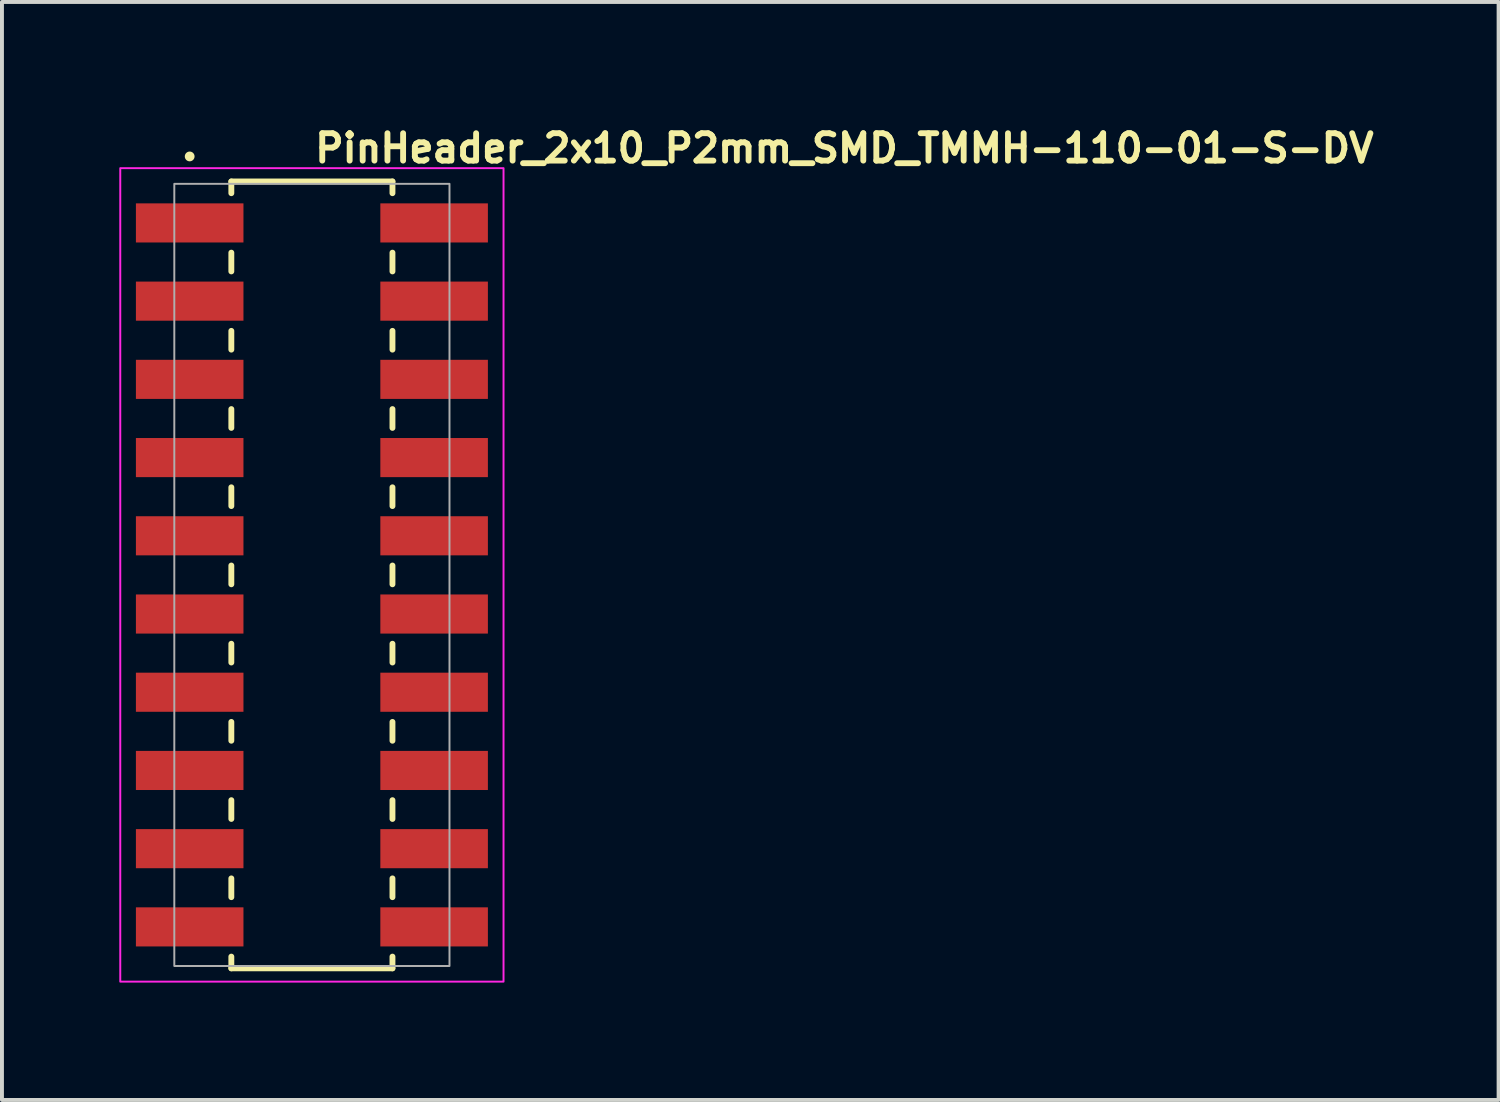
<source format=kicad_pcb>
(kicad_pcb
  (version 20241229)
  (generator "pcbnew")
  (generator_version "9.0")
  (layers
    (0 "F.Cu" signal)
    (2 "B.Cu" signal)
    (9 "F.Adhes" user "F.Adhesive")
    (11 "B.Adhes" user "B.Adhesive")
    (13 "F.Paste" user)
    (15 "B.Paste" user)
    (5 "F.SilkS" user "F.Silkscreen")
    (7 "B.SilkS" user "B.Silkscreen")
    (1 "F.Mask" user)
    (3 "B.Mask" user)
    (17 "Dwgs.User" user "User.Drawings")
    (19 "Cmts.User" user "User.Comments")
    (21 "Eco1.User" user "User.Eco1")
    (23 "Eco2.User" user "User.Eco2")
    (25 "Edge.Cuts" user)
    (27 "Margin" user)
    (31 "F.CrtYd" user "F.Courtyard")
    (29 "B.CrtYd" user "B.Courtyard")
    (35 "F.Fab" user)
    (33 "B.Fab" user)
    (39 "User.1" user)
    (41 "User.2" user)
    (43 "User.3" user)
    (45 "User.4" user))
  (footprint "PinHeader_2x10_P2mm_SMD_TMMH-110-01-S-DV"
    (layer "F.Cu")
    (at 4.925 11.65)
    (property "Reference" "PinHeader_2x10_P2mm_SMD_TMMH-110-01-S-DV" (at 0 -10.5 0) (layer "F.SilkS") (effects (font (size 0.7 0.7) (thickness 0.15)) (justify left bottom)))
    (attr smd)
    (fp_line (start -2.06 -10.06) (end -2.06 -9.76) (stroke (width 0.15) (type solid)) (layer "F.SilkS"))
    (fp_line (start -2.06 -8.24) (end -2.06 -7.76) (stroke (width 0.15) (type solid)) (layer "F.SilkS"))
    (fp_line (start -2.06 -6.24) (end -2.06 -5.76) (stroke (width 0.15) (type solid)) (layer "F.SilkS"))
    (fp_line (start -2.06 -4.24) (end -2.06 -3.759) (stroke (width 0.15) (type solid)) (layer "F.SilkS"))
    (fp_line (start -2.06 -2.24) (end -2.06 -1.76) (stroke (width 0.15) (type solid)) (layer "F.SilkS"))
    (fp_line (start -2.06 -0.24) (end -2.06 0.24) (stroke (width 0.15) (type solid)) (layer "F.SilkS"))
    (fp_line (start -2.06 1.76) (end -2.06 2.24) (stroke (width 0.15) (type solid)) (layer "F.SilkS"))
    (fp_line (start -2.06 3.759) (end -2.06 4.24) (stroke (width 0.15) (type solid)) (layer "F.SilkS"))
    (fp_line (start -2.06 5.76) (end -2.06 6.24) (stroke (width 0.15) (type solid)) (layer "F.SilkS"))
    (fp_line (start -2.06 7.76) (end -2.06 8.24) (stroke (width 0.15) (type solid)) (layer "F.SilkS"))
    (fp_line (start -2.06 9.76) (end -2.06 10.06) (stroke (width 0.15) (type solid)) (layer "F.SilkS"))
    (fp_line (start 2.06 -10.06) (end -2.06 -10.06) (stroke (width 0.15) (type solid)) (layer "F.SilkS"))
    (fp_line (start 2.06 -10.06) (end 2.06 -9.76) (stroke (width 0.15) (type solid)) (layer "F.SilkS"))
    (fp_line (start 2.06 -8.24) (end 2.06 -7.76) (stroke (width 0.15) (type solid)) (layer "F.SilkS"))
    (fp_line (start 2.06 -6.24) (end 2.06 -5.76) (stroke (width 0.15) (type solid)) (layer "F.SilkS"))
    (fp_line (start 2.06 -4.24) (end 2.06 -3.759) (stroke (width 0.15) (type solid)) (layer "F.SilkS"))
    (fp_line (start 2.06 -2.24) (end 2.06 -1.76) (stroke (width 0.15) (type solid)) (layer "F.SilkS"))
    (fp_line (start 2.06 -0.24) (end 2.06 0.24) (stroke (width 0.15) (type solid)) (layer "F.SilkS"))
    (fp_line (start 2.06 1.76) (end 2.06 2.24) (stroke (width 0.15) (type solid)) (layer "F.SilkS"))
    (fp_line (start 2.06 3.759) (end 2.06 4.24) (stroke (width 0.15) (type solid)) (layer "F.SilkS"))
    (fp_line (start 2.06 5.76) (end 2.06 6.24) (stroke (width 0.15) (type solid)) (layer "F.SilkS"))
    (fp_line (start 2.06 7.76) (end 2.06 8.24) (stroke (width 0.15) (type solid)) (layer "F.SilkS"))
    (fp_line (start 2.06 9.76) (end 2.06 10.06) (stroke (width 0.15) (type solid)) (layer "F.SilkS"))
    (fp_line (start 2.06 10.06) (end -2.06 10.06) (stroke (width 0.15) (type solid)) (layer "F.SilkS"))
    (fp_circle (center -3.125 -10.7) (end -3.075 -10.7) (stroke (width 0.15) (type solid)) (fill yes) (layer "F.SilkS"))
    (fp_rect (start -4.9 -10.4) (end 4.9 10.4) (stroke (width 0.05) (type solid)) (fill no) (layer "F.CrtYd"))
    (fp_rect (start -3.518 -10) (end 3.518 10) (stroke (width 0.05) (type default)) (fill no) (layer "F.Fab"))
    (fp_rect (start -3.518 -10) (end 3.518 10) (stroke (width 0.1) (type solid)) (fill no) (layer "User.5"))
    (fp_line (start -3.518 -9.127) (end -3.518 -8.873) (stroke (width 0.02) (type solid)) (layer "User.9"))
    (fp_line (start -3.518 -8.873) (end -3.137 -8.746) (stroke (width 0.02) (type solid)) (layer "User.9"))
    (fp_line (start -3.518 -7.127) (end -3.518 -6.873) (stroke (width 0.02) (type solid)) (layer "User.9"))
    (fp_line (start -3.518 -6.873) (end -3.137 -6.746) (stroke (width 0.02) (type solid)) (layer "User.9"))
    (fp_line (start -3.518 -5.127) (end -3.518 -4.873) (stroke (width 0.02) (type solid)) (layer "User.9"))
    (fp_line (start -3.518 -4.873) (end -3.137 -4.746) (stroke (width 0.02) (type solid)) (layer "User.9"))
    (fp_line (start -3.518 -3.127) (end -3.518 -2.873) (stroke (width 0.02) (type solid)) (layer "User.9"))
    (fp_line (start -3.518 -2.873) (end -3.137 -2.746) (stroke (width 0.02) (type solid)) (layer "User.9"))
    (fp_line (start -3.518 -1.127) (end -3.518 -0.873) (stroke (width 0.02) (type solid)) (layer "User.9"))
    (fp_line (start -3.518 -0.873) (end -3.137 -0.746) (stroke (width 0.02) (type solid)) (layer "User.9"))
    (fp_line (start -3.518 0.873) (end -3.518 1.127) (stroke (width 0.02) (type solid)) (layer "User.9"))
    (fp_line (start -3.518 1.127) (end -3.137 1.254) (stroke (width 0.02) (type solid)) (layer "User.9"))
    (fp_line (start -3.518 2.873) (end -3.518 3.127) (stroke (width 0.02) (type solid)) (layer "User.9"))
    (fp_line (start -3.518 3.127) (end -3.137 3.254) (stroke (width 0.02) (type solid)) (layer "User.9"))
    (fp_line (start -3.518 4.873) (end -3.518 5.127) (stroke (width 0.02) (type solid)) (layer "User.9"))
    (fp_line (start -3.518 5.127) (end -3.137 5.254) (stroke (width 0.02) (type solid)) (layer "User.9"))
    (fp_line (start -3.518 6.873) (end -3.518 7.127) (stroke (width 0.02) (type solid)) (layer "User.9"))
    (fp_line (start -3.518 7.127) (end -3.137 7.254) (stroke (width 0.02) (type solid)) (layer "User.9"))
    (fp_line (start -3.518 8.873) (end -3.518 9.127) (stroke (width 0.02) (type solid)) (layer "User.9"))
    (fp_line (start -3.518 9.127) (end -3.137 9.254) (stroke (width 0.02) (type solid)) (layer "User.9"))
    (fp_line (start -3.137 -9.254) (end -3.518 -9.127) (stroke (width 0.02) (type solid)) (layer "User.9"))
    (fp_line (start -3.137 -9.254) (end -3.137 -8.746) (stroke (width 0.02) (type solid)) (layer "User.9"))
    (fp_line (start -3.137 -7.254) (end -3.518 -7.127) (stroke (width 0.02) (type solid)) (layer "User.9"))
    (fp_line (start -3.137 -7.254) (end -3.137 -6.746) (stroke (width 0.02) (type solid)) (layer "User.9"))
    (fp_line (start -3.137 -7.254) (end -1.994 -7.254) (stroke (width 0.02) (type solid)) (layer "User.9"))
    (fp_line (start -3.137 -5.254) (end -3.518 -5.127) (stroke (width 0.02) (type solid)) (layer "User.9"))
    (fp_line (start -3.137 -5.254) (end -3.137 -4.746) (stroke (width 0.02) (type solid)) (layer "User.9"))
    (fp_line (start -3.137 -5.254) (end -1.994 -5.254) (stroke (width 0.02) (type solid)) (layer "User.9"))
    (fp_line (start -3.137 -3.254) (end -3.518 -3.127) (stroke (width 0.02) (type solid)) (layer "User.9"))
    (fp_line (start -3.137 -3.254) (end -3.137 -2.746) (stroke (width 0.02) (type solid)) (layer "User.9"))
    (fp_line (start -3.137 -3.254) (end -1.994 -3.254) (stroke (width 0.02) (type solid)) (layer "User.9"))
    (fp_line (start -3.137 -1.254) (end -3.518 -1.127) (stroke (width 0.02) (type solid)) (layer "User.9"))
    (fp_line (start -3.137 -1.254) (end -3.137 -0.746) (stroke (width 0.02) (type solid)) (layer "User.9"))
    (fp_line (start -3.137 -1.254) (end -1.994 -1.254) (stroke (width 0.02) (type solid)) (layer "User.9"))
    (fp_line (start -3.137 0.746) (end -3.518 0.873) (stroke (width 0.02) (type solid)) (layer "User.9"))
    (fp_line (start -3.137 0.746) (end -3.137 1.254) (stroke (width 0.02) (type solid)) (layer "User.9"))
    (fp_line (start -3.137 0.746) (end -1.994 0.746) (stroke (width 0.02) (type solid)) (layer "User.9"))
    (fp_line (start -3.137 2.746) (end -3.518 2.873) (stroke (width 0.02) (type solid)) (layer "User.9"))
    (fp_line (start -3.137 2.746) (end -3.137 3.254) (stroke (width 0.02) (type solid)) (layer "User.9"))
    (fp_line (start -3.137 2.746) (end -1.994 2.746) (stroke (width 0.02) (type solid)) (layer "User.9"))
    (fp_line (start -3.137 4.746) (end -3.518 4.873) (stroke (width 0.02) (type solid)) (layer "User.9"))
    (fp_line (start -3.137 4.746) (end -3.137 5.254) (stroke (width 0.02) (type solid)) (layer "User.9"))
    (fp_line (start -3.137 4.746) (end -1.994 4.746) (stroke (width 0.02) (type solid)) (layer "User.9"))
    (fp_line (start -3.137 6.746) (end -3.518 6.873) (stroke (width 0.02) (type solid)) (layer "User.9"))
    (fp_line (start -3.137 6.746) (end -3.137 7.254) (stroke (width 0.02) (type solid)) (layer "User.9"))
    (fp_line (start -3.137 6.746) (end -1.994 6.746) (stroke (width 0.02) (type solid)) (layer "User.9"))
    (fp_line (start -3.137 8.746) (end -3.518 8.873) (stroke (width 0.02) (type solid)) (layer "User.9"))
    (fp_line (start -3.137 8.746) (end -3.137 9.254) (stroke (width 0.02) (type solid)) (layer "User.9"))
    (fp_line (start -3.137 8.746) (end -1.994 8.746) (stroke (width 0.02) (type solid)) (layer "User.9"))
    (fp_line (start -1.994 -10) (end -1.994 10) (stroke (width 0.02) (type solid)) (layer "User.9"))
    (fp_line (start -1.994 -9.254) (end -3.137 -9.254) (stroke (width 0.02) (type solid)) (layer "User.9"))
    (fp_line (start -1.994 -8.746) (end -3.137 -8.746) (stroke (width 0.02) (type solid)) (layer "User.9"))
    (fp_line (start -1.994 -6.746) (end -3.137 -6.746) (stroke (width 0.02) (type solid)) (layer "User.9"))
    (fp_line (start -1.994 -4.746) (end -3.137 -4.746) (stroke (width 0.02) (type solid)) (layer "User.9"))
    (fp_line (start -1.994 -2.746) (end -3.137 -2.746) (stroke (width 0.02) (type solid)) (layer "User.9"))
    (fp_line (start -1.994 -0.746) (end -3.137 -0.746) (stroke (width 0.02) (type solid)) (layer "User.9"))
    (fp_line (start -1.994 1.254) (end -3.137 1.254) (stroke (width 0.02) (type solid)) (layer "User.9"))
    (fp_line (start -1.994 3.254) (end -3.137 3.254) (stroke (width 0.02) (type solid)) (layer "User.9"))
    (fp_line (start -1.994 5.254) (end -3.137 5.254) (stroke (width 0.02) (type solid)) (layer "User.9"))
    (fp_line (start -1.994 7.254) (end -3.137 7.254) (stroke (width 0.02) (type solid)) (layer "User.9"))
    (fp_line (start -1.994 9.254) (end -3.137 9.254) (stroke (width 0.02) (type solid)) (layer "User.9"))
    (fp_line (start -1.994 10) (end 1.994 10) (stroke (width 0.02) (type solid)) (layer "User.9"))
    (fp_line (start -1.254 -9.254) (end -1.254 -8.746) (stroke (width 0.02) (type solid)) (layer "User.9"))
    (fp_line (start -1.254 -8.746) (end -1.127 -8.873) (stroke (width 0.02) (type solid)) (layer "User.9"))
    (fp_line (start -1.254 -7.254) (end -1.254 -6.746) (stroke (width 0.02) (type solid)) (layer "User.9"))
    (fp_line (start -1.254 -6.746) (end -1.127 -6.873) (stroke (width 0.02) (type solid)) (layer "User.9"))
    (fp_line (start -1.254 -5.254) (end -1.254 -4.746) (stroke (width 0.02) (type solid)) (layer "User.9"))
    (fp_line (start -1.254 -4.746) (end -1.127 -4.873) (stroke (width 0.02) (type solid)) (layer "User.9"))
    (fp_line (start -1.254 -3.254) (end -1.254 -2.746) (stroke (width 0.02) (type solid)) (layer "User.9"))
    (fp_line (start -1.254 -2.746) (end -1.127 -2.873) (stroke (width 0.02) (type solid)) (layer "User.9"))
    (fp_line (start -1.254 -1.254) (end -1.254 -0.746) (stroke (width 0.02) (type solid)) (layer "User.9"))
    (fp_line (start -1.254 -0.746) (end -1.127 -0.873) (stroke (width 0.02) (type solid)) (layer "User.9"))
    (fp_line (start -1.254 0.746) (end -1.254 1.254) (stroke (width 0.02) (type solid)) (layer "User.9"))
    (fp_line (start -1.254 1.254) (end -1.127 1.127) (stroke (width 0.02) (type solid)) (layer "User.9"))
    (fp_line (start -1.254 2.746) (end -1.254 3.254) (stroke (width 0.02) (type solid)) (layer "User.9"))
    (fp_line (start -1.254 3.254) (end -1.127 3.127) (stroke (width 0.02) (type solid)) (layer "User.9"))
    (fp_line (start -1.254 4.746) (end -1.254 5.254) (stroke (width 0.02) (type solid)) (layer "User.9"))
    (fp_line (start -1.254 5.254) (end -1.127 5.127) (stroke (width 0.02) (type solid)) (layer "User.9"))
    (fp_line (start -1.254 6.746) (end -1.254 7.254) (stroke (width 0.02) (type solid)) (layer "User.9"))
    (fp_line (start -1.254 7.254) (end -1.127 7.127) (stroke (width 0.02) (type solid)) (layer "User.9"))
    (fp_line (start -1.254 8.746) (end -1.254 9.254) (stroke (width 0.02) (type solid)) (layer "User.9"))
    (fp_line (start -1.254 9.254) (end -1.127 9.127) (stroke (width 0.02) (type solid)) (layer "User.9"))
    (fp_line (start -1.127 -9.127) (end -1.254 -9.254) (stroke (width 0.02) (type solid)) (layer "User.9"))
    (fp_line (start -1.127 -9.127) (end -1.127 -8.873) (stroke (width 0.02) (type solid)) (layer "User.9"))
    (fp_line (start -1.127 -7.127) (end -1.254 -7.254) (stroke (width 0.02) (type solid)) (layer "User.9"))
    (fp_line (start -1.127 -7.127) (end -1.127 -6.873) (stroke (width 0.02) (type solid)) (layer "User.9"))
    (fp_line (start -1.127 -5.127) (end -1.254 -5.254) (stroke (width 0.02) (type solid)) (layer "User.9"))
    (fp_line (start -1.127 -5.127) (end -1.127 -4.873) (stroke (width 0.02) (type solid)) (layer "User.9"))
    (fp_line (start -1.127 -3.127) (end -1.254 -3.254) (stroke (width 0.02) (type solid)) (layer "User.9"))
    (fp_line (start -1.127 -3.127) (end -1.127 -2.873) (stroke (width 0.02) (type solid)) (layer "User.9"))
    (fp_line (start -1.127 -1.127) (end -1.254 -1.254) (stroke (width 0.02) (type solid)) (layer "User.9"))
    (fp_line (start -1.127 -1.127) (end -1.127 -0.873) (stroke (width 0.02) (type solid)) (layer "User.9"))
    (fp_line (start -1.127 0.873) (end -1.254 0.746) (stroke (width 0.02) (type solid)) (layer "User.9"))
    (fp_line (start -1.127 0.873) (end -1.127 1.127) (stroke (width 0.02) (type solid)) (layer "User.9"))
    (fp_line (start -1.127 2.873) (end -1.254 2.746) (stroke (width 0.02) (type solid)) (layer "User.9"))
    (fp_line (start -1.127 2.873) (end -1.127 3.127) (stroke (width 0.02) (type solid)) (layer "User.9"))
    (fp_line (start -1.127 4.873) (end -1.254 4.746) (stroke (width 0.02) (type solid)) (layer "User.9"))
    (fp_line (start -1.127 4.873) (end -1.127 5.127) (stroke (width 0.02) (type solid)) (layer "User.9"))
    (fp_line (start -1.127 6.873) (end -1.254 6.746) (stroke (width 0.02) (type solid)) (layer "User.9"))
    (fp_line (start -1.127 6.873) (end -1.127 7.127) (stroke (width 0.02) (type solid)) (layer "User.9"))
    (fp_line (start -1.127 8.873) (end -1.254 8.746) (stroke (width 0.02) (type solid)) (layer "User.9"))
    (fp_line (start -1.127 8.873) (end -1.127 9.127) (stroke (width 0.02) (type solid)) (layer "User.9"))
    (fp_line (start -0.873 -9.127) (end -1.127 -9.127) (stroke (width 0.02) (type solid)) (layer "User.9"))
    (fp_line (start -0.873 -9.127) (end -0.873 -8.873) (stroke (width 0.02) (type solid)) (layer "User.9"))
    (fp_line (start -0.873 -8.873) (end -1.127 -8.873) (stroke (width 0.02) (type solid)) (layer "User.9"))
    (fp_line (start -0.873 -8.873) (end -0.746 -8.746) (stroke (width 0.02) (type solid)) (layer "User.9"))
    (fp_line (start -0.873 -7.127) (end -1.127 -7.127) (stroke (width 0.02) (type solid)) (layer "User.9"))
    (fp_line (start -0.873 -7.127) (end -0.873 -6.873) (stroke (width 0.02) (type solid)) (layer "User.9"))
    (fp_line (start -0.873 -6.873) (end -1.127 -6.873) (stroke (width 0.02) (type solid)) (layer "User.9"))
    (fp_line (start -0.873 -6.873) (end -0.746 -6.746) (stroke (width 0.02) (type solid)) (layer "User.9"))
    (fp_line (start -0.873 -5.127) (end -1.127 -5.127) (stroke (width 0.02) (type solid)) (layer "User.9"))
    (fp_line (start -0.873 -5.127) (end -0.873 -4.873) (stroke (width 0.02) (type solid)) (layer "User.9"))
    (fp_line (start -0.873 -4.873) (end -1.127 -4.873) (stroke (width 0.02) (type solid)) (layer "User.9"))
    (fp_line (start -0.873 -4.873) (end -0.746 -4.746) (stroke (width 0.02) (type solid)) (layer "User.9"))
    (fp_line (start -0.873 -3.127) (end -1.127 -3.127) (stroke (width 0.02) (type solid)) (layer "User.9"))
    (fp_line (start -0.873 -3.127) (end -0.873 -2.873) (stroke (width 0.02) (type solid)) (layer "User.9"))
    (fp_line (start -0.873 -2.873) (end -1.127 -2.873) (stroke (width 0.02) (type solid)) (layer "User.9"))
    (fp_line (start -0.873 -2.873) (end -0.746 -2.746) (stroke (width 0.02) (type solid)) (layer "User.9"))
    (fp_line (start -0.873 -1.127) (end -1.127 -1.127) (stroke (width 0.02) (type solid)) (layer "User.9"))
    (fp_line (start -0.873 -1.127) (end -0.873 -0.873) (stroke (width 0.02) (type solid)) (layer "User.9"))
    (fp_line (start -0.873 -0.873) (end -1.127 -0.873) (stroke (width 0.02) (type solid)) (layer "User.9"))
    (fp_line (start -0.873 -0.873) (end -0.746 -0.746) (stroke (width 0.02) (type solid)) (layer "User.9"))
    (fp_line (start -0.873 0.873) (end -1.127 0.873) (stroke (width 0.02) (type solid)) (layer "User.9"))
    (fp_line (start -0.873 0.873) (end -0.873 1.127) (stroke (width 0.02) (type solid)) (layer "User.9"))
    (fp_line (start -0.873 1.127) (end -1.127 1.127) (stroke (width 0.02) (type solid)) (layer "User.9"))
    (fp_line (start -0.873 1.127) (end -0.746 1.254) (stroke (width 0.02) (type solid)) (layer "User.9"))
    (fp_line (start -0.873 2.873) (end -1.127 2.873) (stroke (width 0.02) (type solid)) (layer "User.9"))
    (fp_line (start -0.873 2.873) (end -0.873 3.127) (stroke (width 0.02) (type solid)) (layer "User.9"))
    (fp_line (start -0.873 3.127) (end -1.127 3.127) (stroke (width 0.02) (type solid)) (layer "User.9"))
    (fp_line (start -0.873 3.127) (end -0.746 3.254) (stroke (width 0.02) (type solid)) (layer "User.9"))
    (fp_line (start -0.873 4.873) (end -1.127 4.873) (stroke (width 0.02) (type solid)) (layer "User.9"))
    (fp_line (start -0.873 4.873) (end -0.873 5.127) (stroke (width 0.02) (type solid)) (layer "User.9"))
    (fp_line (start -0.873 5.127) (end -1.127 5.127) (stroke (width 0.02) (type solid)) (layer "User.9"))
    (fp_line (start -0.873 5.127) (end -0.746 5.254) (stroke (width 0.02) (type solid)) (layer "User.9"))
    (fp_line (start -0.873 6.873) (end -1.127 6.873) (stroke (width 0.02) (type solid)) (layer "User.9"))
    (fp_line (start -0.873 6.873) (end -0.873 7.127) (stroke (width 0.02) (type solid)) (layer "User.9"))
    (fp_line (start -0.873 7.127) (end -1.127 7.127) (stroke (width 0.02) (type solid)) (layer "User.9"))
    (fp_line (start -0.873 7.127) (end -0.746 7.254) (stroke (width 0.02) (type solid)) (layer "User.9"))
    (fp_line (start -0.873 8.873) (end -1.127 8.873) (stroke (width 0.02) (type solid)) (layer "User.9"))
    (fp_line (start -0.873 8.873) (end -0.873 9.127) (stroke (width 0.02) (type solid)) (layer "User.9"))
    (fp_line (start -0.873 9.127) (end -1.127 9.127) (stroke (width 0.02) (type solid)) (layer "User.9"))
    (fp_line (start -0.873 9.127) (end -0.746 9.254) (stroke (width 0.02) (type solid)) (layer "User.9"))
    (fp_line (start -0.746 -9.254) (end -1.254 -9.254) (stroke (width 0.02) (type solid)) (layer "User.9"))
    (fp_line (start -0.746 -9.254) (end -0.873 -9.127) (stroke (width 0.02) (type solid)) (layer "User.9"))
    (fp_line (start -0.746 -9.254) (end -0.746 -8.746) (stroke (width 0.02) (type solid)) (layer "User.9"))
    (fp_line (start -0.746 -8.746) (end -1.254 -8.746) (stroke (width 0.02) (type solid)) (layer "User.9"))
    (fp_line (start -0.746 -7.254) (end -1.254 -7.254) (stroke (width 0.02) (type solid)) (layer "User.9"))
    (fp_line (start -0.746 -7.254) (end -0.873 -7.127) (stroke (width 0.02) (type solid)) (layer "User.9"))
    (fp_line (start -0.746 -7.254) (end -0.746 -6.746) (stroke (width 0.02) (type solid)) (layer "User.9"))
    (fp_line (start -0.746 -6.746) (end -1.254 -6.746) (stroke (width 0.02) (type solid)) (layer "User.9"))
    (fp_line (start -0.746 -5.254) (end -1.254 -5.254) (stroke (width 0.02) (type solid)) (layer "User.9"))
    (fp_line (start -0.746 -5.254) (end -0.873 -5.127) (stroke (width 0.02) (type solid)) (layer "User.9"))
    (fp_line (start -0.746 -5.254) (end -0.746 -4.746) (stroke (width 0.02) (type solid)) (layer "User.9"))
    (fp_line (start -0.746 -4.746) (end -1.254 -4.746) (stroke (width 0.02) (type solid)) (layer "User.9"))
    (fp_line (start -0.746 -3.254) (end -1.254 -3.254) (stroke (width 0.02) (type solid)) (layer "User.9"))
    (fp_line (start -0.746 -3.254) (end -0.873 -3.127) (stroke (width 0.02) (type solid)) (layer "User.9"))
    (fp_line (start -0.746 -3.254) (end -0.746 -2.746) (stroke (width 0.02) (type solid)) (layer "User.9"))
    (fp_line (start -0.746 -2.746) (end -1.254 -2.746) (stroke (width 0.02) (type solid)) (layer "User.9"))
    (fp_line (start -0.746 -1.254) (end -1.254 -1.254) (stroke (width 0.02) (type solid)) (layer "User.9"))
    (fp_line (start -0.746 -1.254) (end -0.873 -1.127) (stroke (width 0.02) (type solid)) (layer "User.9"))
    (fp_line (start -0.746 -1.254) (end -0.746 -0.746) (stroke (width 0.02) (type solid)) (layer "User.9"))
    (fp_line (start -0.746 -0.746) (end -1.254 -0.746) (stroke (width 0.02) (type solid)) (layer "User.9"))
    (fp_line (start -0.746 0.746) (end -1.254 0.746) (stroke (width 0.02) (type solid)) (layer "User.9"))
    (fp_line (start -0.746 0.746) (end -0.873 0.873) (stroke (width 0.02) (type solid)) (layer "User.9"))
    (fp_line (start -0.746 0.746) (end -0.746 1.254) (stroke (width 0.02) (type solid)) (layer "User.9"))
    (fp_line (start -0.746 1.254) (end -1.254 1.254) (stroke (width 0.02) (type solid)) (layer "User.9"))
    (fp_line (start -0.746 2.746) (end -1.254 2.746) (stroke (width 0.02) (type solid)) (layer "User.9"))
    (fp_line (start -0.746 2.746) (end -0.873 2.873) (stroke (width 0.02) (type solid)) (layer "User.9"))
    (fp_line (start -0.746 2.746) (end -0.746 3.254) (stroke (width 0.02) (type solid)) (layer "User.9"))
    (fp_line (start -0.746 3.254) (end -1.254 3.254) (stroke (width 0.02) (type solid)) (layer "User.9"))
    (fp_line (start -0.746 4.746) (end -1.254 4.746) (stroke (width 0.02) (type solid)) (layer "User.9"))
    (fp_line (start -0.746 4.746) (end -0.873 4.873) (stroke (width 0.02) (type solid)) (layer "User.9"))
    (fp_line (start -0.746 4.746) (end -0.746 5.254) (stroke (width 0.02) (type solid)) (layer "User.9"))
    (fp_line (start -0.746 5.254) (end -1.254 5.254) (stroke (width 0.02) (type solid)) (layer "User.9"))
    (fp_line (start -0.746 6.746) (end -1.254 6.746) (stroke (width 0.02) (type solid)) (layer "User.9"))
    (fp_line (start -0.746 6.746) (end -0.873 6.873) (stroke (width 0.02) (type solid)) (layer "User.9"))
    (fp_line (start -0.746 6.746) (end -0.746 7.254) (stroke (width 0.02) (type solid)) (layer "User.9"))
    (fp_line (start -0.746 7.254) (end -1.254 7.254) (stroke (width 0.02) (type solid)) (layer "User.9"))
    (fp_line (start -0.746 8.746) (end -1.254 8.746) (stroke (width 0.02) (type solid)) (layer "User.9"))
    (fp_line (start -0.746 8.746) (end -0.873 8.873) (stroke (width 0.02) (type solid)) (layer "User.9"))
    (fp_line (start -0.746 8.746) (end -0.746 9.254) (stroke (width 0.02) (type solid)) (layer "User.9"))
    (fp_line (start -0.746 9.254) (end -1.254 9.254) (stroke (width 0.02) (type solid)) (layer "User.9"))
    (fp_line (start 0.746 -9.254) (end 0.746 -8.746) (stroke (width 0.02) (type solid)) (layer "User.9"))
    (fp_line (start 0.746 -8.746) (end 0.873 -8.873) (stroke (width 0.02) (type solid)) (layer "User.9"))
    (fp_line (start 0.746 -7.254) (end 0.746 -6.746) (stroke (width 0.02) (type solid)) (layer "User.9"))
    (fp_line (start 0.746 -6.746) (end 0.873 -6.873) (stroke (width 0.02) (type solid)) (layer "User.9"))
    (fp_line (start 0.746 -5.254) (end 0.746 -4.746) (stroke (width 0.02) (type solid)) (layer "User.9"))
    (fp_line (start 0.746 -4.746) (end 0.873 -4.873) (stroke (width 0.02) (type solid)) (layer "User.9"))
    (fp_line (start 0.746 -3.254) (end 0.746 -2.746) (stroke (width 0.02) (type solid)) (layer "User.9"))
    (fp_line (start 0.746 -2.746) (end 0.873 -2.873) (stroke (width 0.02) (type solid)) (layer "User.9"))
    (fp_line (start 0.746 -1.254) (end 0.746 -0.746) (stroke (width 0.02) (type solid)) (layer "User.9"))
    (fp_line (start 0.746 -0.746) (end 0.873 -0.873) (stroke (width 0.02) (type solid)) (layer "User.9"))
    (fp_line (start 0.746 0.746) (end 0.746 1.254) (stroke (width 0.02) (type solid)) (layer "User.9"))
    (fp_line (start 0.746 1.254) (end 0.873 1.127) (stroke (width 0.02) (type solid)) (layer "User.9"))
    (fp_line (start 0.746 2.746) (end 0.746 3.254) (stroke (width 0.02) (type solid)) (layer "User.9"))
    (fp_line (start 0.746 3.254) (end 0.873 3.127) (stroke (width 0.02) (type solid)) (layer "User.9"))
    (fp_line (start 0.746 4.746) (end 0.746 5.254) (stroke (width 0.02) (type solid)) (layer "User.9"))
    (fp_line (start 0.746 5.254) (end 0.873 5.127) (stroke (width 0.02) (type solid)) (layer "User.9"))
    (fp_line (start 0.746 6.746) (end 0.746 7.254) (stroke (width 0.02) (type solid)) (layer "User.9"))
    (fp_line (start 0.746 7.254) (end 0.873 7.127) (stroke (width 0.02) (type solid)) (layer "User.9"))
    (fp_line (start 0.746 8.746) (end 0.746 9.254) (stroke (width 0.02) (type solid)) (layer "User.9"))
    (fp_line (start 0.746 9.254) (end 0.873 9.127) (stroke (width 0.02) (type solid)) (layer "User.9"))
    (fp_line (start 0.873 -9.127) (end 0.746 -9.254) (stroke (width 0.02) (type solid)) (layer "User.9"))
    (fp_line (start 0.873 -9.127) (end 0.873 -8.873) (stroke (width 0.02) (type solid)) (layer "User.9"))
    (fp_line (start 0.873 -7.127) (end 0.746 -7.254) (stroke (width 0.02) (type solid)) (layer "User.9"))
    (fp_line (start 0.873 -7.127) (end 0.873 -6.873) (stroke (width 0.02) (type solid)) (layer "User.9"))
    (fp_line (start 0.873 -5.127) (end 0.746 -5.254) (stroke (width 0.02) (type solid)) (layer "User.9"))
    (fp_line (start 0.873 -5.127) (end 0.873 -4.873) (stroke (width 0.02) (type solid)) (layer "User.9"))
    (fp_line (start 0.873 -3.127) (end 0.746 -3.254) (stroke (width 0.02) (type solid)) (layer "User.9"))
    (fp_line (start 0.873 -3.127) (end 0.873 -2.873) (stroke (width 0.02) (type solid)) (layer "User.9"))
    (fp_line (start 0.873 -1.127) (end 0.746 -1.254) (stroke (width 0.02) (type solid)) (layer "User.9"))
    (fp_line (start 0.873 -1.127) (end 0.873 -0.873) (stroke (width 0.02) (type solid)) (layer "User.9"))
    (fp_line (start 0.873 0.873) (end 0.746 0.746) (stroke (width 0.02) (type solid)) (layer "User.9"))
    (fp_line (start 0.873 0.873) (end 0.873 1.127) (stroke (width 0.02) (type solid)) (layer "User.9"))
    (fp_line (start 0.873 2.873) (end 0.746 2.746) (stroke (width 0.02) (type solid)) (layer "User.9"))
    (fp_line (start 0.873 2.873) (end 0.873 3.127) (stroke (width 0.02) (type solid)) (layer "User.9"))
    (fp_line (start 0.873 4.873) (end 0.746 4.746) (stroke (width 0.02) (type solid)) (layer "User.9"))
    (fp_line (start 0.873 4.873) (end 0.873 5.127) (stroke (width 0.02) (type solid)) (layer "User.9"))
    (fp_line (start 0.873 6.873) (end 0.746 6.746) (stroke (width 0.02) (type solid)) (layer "User.9"))
    (fp_line (start 0.873 6.873) (end 0.873 7.127) (stroke (width 0.02) (type solid)) (layer "User.9"))
    (fp_line (start 0.873 8.873) (end 0.746 8.746) (stroke (width 0.02) (type solid)) (layer "User.9"))
    (fp_line (start 0.873 8.873) (end 0.873 9.127) (stroke (width 0.02) (type solid)) (layer "User.9"))
    (fp_line (start 1.127 -9.127) (end 0.873 -9.127) (stroke (width 0.02) (type solid)) (layer "User.9"))
    (fp_line (start 1.127 -9.127) (end 1.127 -8.873) (stroke (width 0.02) (type solid)) (layer "User.9"))
    (fp_line (start 1.127 -8.873) (end 0.873 -8.873) (stroke (width 0.02) (type solid)) (layer "User.9"))
    (fp_line (start 1.127 -8.873) (end 1.254 -8.746) (stroke (width 0.02) (type solid)) (layer "User.9"))
    (fp_line (start 1.127 -7.127) (end 0.873 -7.127) (stroke (width 0.02) (type solid)) (layer "User.9"))
    (fp_line (start 1.127 -7.127) (end 1.127 -6.873) (stroke (width 0.02) (type solid)) (layer "User.9"))
    (fp_line (start 1.127 -6.873) (end 0.873 -6.873) (stroke (width 0.02) (type solid)) (layer "User.9"))
    (fp_line (start 1.127 -6.873) (end 1.254 -6.746) (stroke (width 0.02) (type solid)) (layer "User.9"))
    (fp_line (start 1.127 -5.127) (end 0.873 -5.127) (stroke (width 0.02) (type solid)) (layer "User.9"))
    (fp_line (start 1.127 -5.127) (end 1.127 -4.873) (stroke (width 0.02) (type solid)) (layer "User.9"))
    (fp_line (start 1.127 -4.873) (end 0.873 -4.873) (stroke (width 0.02) (type solid)) (layer "User.9"))
    (fp_line (start 1.127 -4.873) (end 1.254 -4.746) (stroke (width 0.02) (type solid)) (layer "User.9"))
    (fp_line (start 1.127 -3.127) (end 0.873 -3.127) (stroke (width 0.02) (type solid)) (layer "User.9"))
    (fp_line (start 1.127 -3.127) (end 1.127 -2.873) (stroke (width 0.02) (type solid)) (layer "User.9"))
    (fp_line (start 1.127 -2.873) (end 0.873 -2.873) (stroke (width 0.02) (type solid)) (layer "User.9"))
    (fp_line (start 1.127 -2.873) (end 1.254 -2.746) (stroke (width 0.02) (type solid)) (layer "User.9"))
    (fp_line (start 1.127 -1.127) (end 0.873 -1.127) (stroke (width 0.02) (type solid)) (layer "User.9"))
    (fp_line (start 1.127 -1.127) (end 1.127 -0.873) (stroke (width 0.02) (type solid)) (layer "User.9"))
    (fp_line (start 1.127 -0.873) (end 0.873 -0.873) (stroke (width 0.02) (type solid)) (layer "User.9"))
    (fp_line (start 1.127 -0.873) (end 1.254 -0.746) (stroke (width 0.02) (type solid)) (layer "User.9"))
    (fp_line (start 1.127 0.873) (end 0.873 0.873) (stroke (width 0.02) (type solid)) (layer "User.9"))
    (fp_line (start 1.127 0.873) (end 1.127 1.127) (stroke (width 0.02) (type solid)) (layer "User.9"))
    (fp_line (start 1.127 1.127) (end 0.873 1.127) (stroke (width 0.02) (type solid)) (layer "User.9"))
    (fp_line (start 1.127 1.127) (end 1.254 1.254) (stroke (width 0.02) (type solid)) (layer "User.9"))
    (fp_line (start 1.127 2.873) (end 0.873 2.873) (stroke (width 0.02) (type solid)) (layer "User.9"))
    (fp_line (start 1.127 2.873) (end 1.127 3.127) (stroke (width 0.02) (type solid)) (layer "User.9"))
    (fp_line (start 1.127 3.127) (end 0.873 3.127) (stroke (width 0.02) (type solid)) (layer "User.9"))
    (fp_line (start 1.127 3.127) (end 1.254 3.254) (stroke (width 0.02) (type solid)) (layer "User.9"))
    (fp_line (start 1.127 4.873) (end 0.873 4.873) (stroke (width 0.02) (type solid)) (layer "User.9"))
    (fp_line (start 1.127 4.873) (end 1.127 5.127) (stroke (width 0.02) (type solid)) (layer "User.9"))
    (fp_line (start 1.127 5.127) (end 0.873 5.127) (stroke (width 0.02) (type solid)) (layer "User.9"))
    (fp_line (start 1.127 5.127) (end 1.254 5.254) (stroke (width 0.02) (type solid)) (layer "User.9"))
    (fp_line (start 1.127 6.873) (end 0.873 6.873) (stroke (width 0.02) (type solid)) (layer "User.9"))
    (fp_line (start 1.127 6.873) (end 1.127 7.127) (stroke (width 0.02) (type solid)) (layer "User.9"))
    (fp_line (start 1.127 7.127) (end 0.873 7.127) (stroke (width 0.02) (type solid)) (layer "User.9"))
    (fp_line (start 1.127 7.127) (end 1.254 7.254) (stroke (width 0.02) (type solid)) (layer "User.9"))
    (fp_line (start 1.127 8.873) (end 0.873 8.873) (stroke (width 0.02) (type solid)) (layer "User.9"))
    (fp_line (start 1.127 8.873) (end 1.127 9.127) (stroke (width 0.02) (type solid)) (layer "User.9"))
    (fp_line (start 1.127 9.127) (end 0.873 9.127) (stroke (width 0.02) (type solid)) (layer "User.9"))
    (fp_line (start 1.127 9.127) (end 1.254 9.254) (stroke (width 0.02) (type solid)) (layer "User.9"))
    (fp_line (start 1.254 -9.254) (end 0.746 -9.254) (stroke (width 0.02) (type solid)) (layer "User.9"))
    (fp_line (start 1.254 -9.254) (end 1.127 -9.127) (stroke (width 0.02) (type solid)) (layer "User.9"))
    (fp_line (start 1.254 -9.254) (end 1.254 -8.746) (stroke (width 0.02) (type solid)) (layer "User.9"))
    (fp_line (start 1.254 -8.746) (end 0.746 -8.746) (stroke (width 0.02) (type solid)) (layer "User.9"))
    (fp_line (start 1.254 -7.254) (end 0.746 -7.254) (stroke (width 0.02) (type solid)) (layer "User.9"))
    (fp_line (start 1.254 -7.254) (end 1.127 -7.127) (stroke (width 0.02) (type solid)) (layer "User.9"))
    (fp_line (start 1.254 -7.254) (end 1.254 -6.746) (stroke (width 0.02) (type solid)) (layer "User.9"))
    (fp_line (start 1.254 -6.746) (end 0.746 -6.746) (stroke (width 0.02) (type solid)) (layer "User.9"))
    (fp_line (start 1.254 -5.254) (end 0.746 -5.254) (stroke (width 0.02) (type solid)) (layer "User.9"))
    (fp_line (start 1.254 -5.254) (end 1.127 -5.127) (stroke (width 0.02) (type solid)) (layer "User.9"))
    (fp_line (start 1.254 -5.254) (end 1.254 -4.746) (stroke (width 0.02) (type solid)) (layer "User.9"))
    (fp_line (start 1.254 -4.746) (end 0.746 -4.746) (stroke (width 0.02) (type solid)) (layer "User.9"))
    (fp_line (start 1.254 -3.254) (end 0.746 -3.254) (stroke (width 0.02) (type solid)) (layer "User.9"))
    (fp_line (start 1.254 -3.254) (end 1.127 -3.127) (stroke (width 0.02) (type solid)) (layer "User.9"))
    (fp_line (start 1.254 -3.254) (end 1.254 -2.746) (stroke (width 0.02) (type solid)) (layer "User.9"))
    (fp_line (start 1.254 -2.746) (end 0.746 -2.746) (stroke (width 0.02) (type solid)) (layer "User.9"))
    (fp_line (start 1.254 -1.254) (end 0.746 -1.254) (stroke (width 0.02) (type solid)) (layer "User.9"))
    (fp_line (start 1.254 -1.254) (end 1.127 -1.127) (stroke (width 0.02) (type solid)) (layer "User.9"))
    (fp_line (start 1.254 -1.254) (end 1.254 -0.746) (stroke (width 0.02) (type solid)) (layer "User.9"))
    (fp_line (start 1.254 -0.746) (end 0.746 -0.746) (stroke (width 0.02) (type solid)) (layer "User.9"))
    (fp_line (start 1.254 0.746) (end 0.746 0.746) (stroke (width 0.02) (type solid)) (layer "User.9"))
    (fp_line (start 1.254 0.746) (end 1.127 0.873) (stroke (width 0.02) (type solid)) (layer "User.9"))
    (fp_line (start 1.254 0.746) (end 1.254 1.254) (stroke (width 0.02) (type solid)) (layer "User.9"))
    (fp_line (start 1.254 1.254) (end 0.746 1.254) (stroke (width 0.02) (type solid)) (layer "User.9"))
    (fp_line (start 1.254 2.746) (end 0.746 2.746) (stroke (width 0.02) (type solid)) (layer "User.9"))
    (fp_line (start 1.254 2.746) (end 1.127 2.873) (stroke (width 0.02) (type solid)) (layer "User.9"))
    (fp_line (start 1.254 2.746) (end 1.254 3.254) (stroke (width 0.02) (type solid)) (layer "User.9"))
    (fp_line (start 1.254 3.254) (end 0.746 3.254) (stroke (width 0.02) (type solid)) (layer "User.9"))
    (fp_line (start 1.254 4.746) (end 0.746 4.746) (stroke (width 0.02) (type solid)) (layer "User.9"))
    (fp_line (start 1.254 4.746) (end 1.127 4.873) (stroke (width 0.02) (type solid)) (layer "User.9"))
    (fp_line (start 1.254 4.746) (end 1.254 5.254) (stroke (width 0.02) (type solid)) (layer "User.9"))
    (fp_line (start 1.254 5.254) (end 0.746 5.254) (stroke (width 0.02) (type solid)) (layer "User.9"))
    (fp_line (start 1.254 6.746) (end 0.746 6.746) (stroke (width 0.02) (type solid)) (layer "User.9"))
    (fp_line (start 1.254 6.746) (end 1.127 6.873) (stroke (width 0.02) (type solid)) (layer "User.9"))
    (fp_line (start 1.254 6.746) (end 1.254 7.254) (stroke (width 0.02) (type solid)) (layer "User.9"))
    (fp_line (start 1.254 7.254) (end 0.746 7.254) (stroke (width 0.02) (type solid)) (layer "User.9"))
    (fp_line (start 1.254 8.746) (end 0.746 8.746) (stroke (width 0.02) (type solid)) (layer "User.9"))
    (fp_line (start 1.254 8.746) (end 1.127 8.873) (stroke (width 0.02) (type solid)) (layer "User.9"))
    (fp_line (start 1.254 8.746) (end 1.254 9.254) (stroke (width 0.02) (type solid)) (layer "User.9"))
    (fp_line (start 1.254 9.254) (end 0.746 9.254) (stroke (width 0.02) (type solid)) (layer "User.9"))
    (fp_line (start 1.994 -10) (end -1.994 -10) (stroke (width 0.02) (type solid)) (layer "User.9"))
    (fp_line (start 1.994 -7.254) (end 3.137 -7.254) (stroke (width 0.02) (type solid)) (layer "User.9"))
    (fp_line (start 1.994 -5.254) (end 3.137 -5.254) (stroke (width 0.02) (type solid)) (layer "User.9"))
    (fp_line (start 1.994 -3.254) (end 3.137 -3.254) (stroke (width 0.02) (type solid)) (layer "User.9"))
    (fp_line (start 1.994 -1.254) (end 3.137 -1.254) (stroke (width 0.02) (type solid)) (layer "User.9"))
    (fp_line (start 1.994 0.746) (end 3.137 0.746) (stroke (width 0.02) (type solid)) (layer "User.9"))
    (fp_line (start 1.994 2.746) (end 3.137 2.746) (stroke (width 0.02) (type solid)) (layer "User.9"))
    (fp_line (start 1.994 4.746) (end 3.137 4.746) (stroke (width 0.02) (type solid)) (layer "User.9"))
    (fp_line (start 1.994 6.746) (end 3.137 6.746) (stroke (width 0.02) (type solid)) (layer "User.9"))
    (fp_line (start 1.994 8.746) (end 3.137 8.746) (stroke (width 0.02) (type solid)) (layer "User.9"))
    (fp_line (start 1.994 10) (end 1.994 -10) (stroke (width 0.02) (type solid)) (layer "User.9"))
    (fp_line (start 3.137 -9.254) (end 1.994 -9.254) (stroke (width 0.02) (type solid)) (layer "User.9"))
    (fp_line (start 3.137 -9.254) (end 3.137 -8.746) (stroke (width 0.02) (type solid)) (layer "User.9"))
    (fp_line (start 3.137 -8.746) (end 1.994 -8.746) (stroke (width 0.02) (type solid)) (layer "User.9"))
    (fp_line (start 3.137 -8.746) (end 3.518 -8.873) (stroke (width 0.02) (type solid)) (layer "User.9"))
    (fp_line (start 3.137 -7.254) (end 3.137 -6.746) (stroke (width 0.02) (type solid)) (layer "User.9"))
    (fp_line (start 3.137 -6.746) (end 1.994 -6.746) (stroke (width 0.02) (type solid)) (layer "User.9"))
    (fp_line (start 3.137 -6.746) (end 3.518 -6.873) (stroke (width 0.02) (type solid)) (layer "User.9"))
    (fp_line (start 3.137 -5.254) (end 3.137 -4.746) (stroke (width 0.02) (type solid)) (layer "User.9"))
    (fp_line (start 3.137 -4.746) (end 1.994 -4.746) (stroke (width 0.02) (type solid)) (layer "User.9"))
    (fp_line (start 3.137 -4.746) (end 3.518 -4.873) (stroke (width 0.02) (type solid)) (layer "User.9"))
    (fp_line (start 3.137 -3.254) (end 3.137 -2.746) (stroke (width 0.02) (type solid)) (layer "User.9"))
    (fp_line (start 3.137 -2.746) (end 1.994 -2.746) (stroke (width 0.02) (type solid)) (layer "User.9"))
    (fp_line (start 3.137 -2.746) (end 3.518 -2.873) (stroke (width 0.02) (type solid)) (layer "User.9"))
    (fp_line (start 3.137 -1.254) (end 3.137 -0.746) (stroke (width 0.02) (type solid)) (layer "User.9"))
    (fp_line (start 3.137 -0.746) (end 1.994 -0.746) (stroke (width 0.02) (type solid)) (layer "User.9"))
    (fp_line (start 3.137 -0.746) (end 3.518 -0.873) (stroke (width 0.02) (type solid)) (layer "User.9"))
    (fp_line (start 3.137 0.746) (end 3.137 1.254) (stroke (width 0.02) (type solid)) (layer "User.9"))
    (fp_line (start 3.137 1.254) (end 1.994 1.254) (stroke (width 0.02) (type solid)) (layer "User.9"))
    (fp_line (start 3.137 1.254) (end 3.518 1.127) (stroke (width 0.02) (type solid)) (layer "User.9"))
    (fp_line (start 3.137 2.746) (end 3.137 3.254) (stroke (width 0.02) (type solid)) (layer "User.9"))
    (fp_line (start 3.137 3.254) (end 1.994 3.254) (stroke (width 0.02) (type solid)) (layer "User.9"))
    (fp_line (start 3.137 3.254) (end 3.518 3.127) (stroke (width 0.02) (type solid)) (layer "User.9"))
    (fp_line (start 3.137 4.746) (end 3.137 5.254) (stroke (width 0.02) (type solid)) (layer "User.9"))
    (fp_line (start 3.137 5.254) (end 1.994 5.254) (stroke (width 0.02) (type solid)) (layer "User.9"))
    (fp_line (start 3.137 5.254) (end 3.518 5.127) (stroke (width 0.02) (type solid)) (layer "User.9"))
    (fp_line (start 3.137 6.746) (end 3.137 7.254) (stroke (width 0.02) (type solid)) (layer "User.9"))
    (fp_line (start 3.137 7.254) (end 1.994 7.254) (stroke (width 0.02) (type solid)) (layer "User.9"))
    (fp_line (start 3.137 7.254) (end 3.518 7.127) (stroke (width 0.02) (type solid)) (layer "User.9"))
    (fp_line (start 3.137 8.746) (end 3.137 9.254) (stroke (width 0.02) (type solid)) (layer "User.9"))
    (fp_line (start 3.137 9.254) (end 1.994 9.254) (stroke (width 0.02) (type solid)) (layer "User.9"))
    (fp_line (start 3.137 9.254) (end 3.518 9.127) (stroke (width 0.02) (type solid)) (layer "User.9"))
    (fp_line (start 3.518 -9.127) (end 3.137 -9.254) (stroke (width 0.02) (type solid)) (layer "User.9"))
    (fp_line (start 3.518 -9.127) (end 3.518 -8.873) (stroke (width 0.02) (type solid)) (layer "User.9"))
    (fp_line (start 3.518 -7.127) (end 3.137 -7.254) (stroke (width 0.02) (type solid)) (layer "User.9"))
    (fp_line (start 3.518 -7.127) (end 3.518 -6.873) (stroke (width 0.02) (type solid)) (layer "User.9"))
    (fp_line (start 3.518 -5.127) (end 3.137 -5.254) (stroke (width 0.02) (type solid)) (layer "User.9"))
    (fp_line (start 3.518 -5.127) (end 3.518 -4.873) (stroke (width 0.02) (type solid)) (layer "User.9"))
    (fp_line (start 3.518 -3.127) (end 3.137 -3.254) (stroke (width 0.02) (type solid)) (layer "User.9"))
    (fp_line (start 3.518 -3.127) (end 3.518 -2.873) (stroke (width 0.02) (type solid)) (layer "User.9"))
    (fp_line (start 3.518 -1.127) (end 3.137 -1.254) (stroke (width 0.02) (type solid)) (layer "User.9"))
    (fp_line (start 3.518 -1.127) (end 3.518 -0.873) (stroke (width 0.02) (type solid)) (layer "User.9"))
    (fp_line (start 3.518 0.873) (end 3.137 0.746) (stroke (width 0.02) (type solid)) (layer "User.9"))
    (fp_line (start 3.518 0.873) (end 3.518 1.127) (stroke (width 0.02) (type solid)) (layer "User.9"))
    (fp_line (start 3.518 2.873) (end 3.137 2.746) (stroke (width 0.02) (type solid)) (layer "User.9"))
    (fp_line (start 3.518 2.873) (end 3.518 3.127) (stroke (width 0.02) (type solid)) (layer "User.9"))
    (fp_line (start 3.518 4.873) (end 3.137 4.746) (stroke (width 0.02) (type solid)) (layer "User.9"))
    (fp_line (start 3.518 4.873) (end 3.518 5.127) (stroke (width 0.02) (type solid)) (layer "User.9"))
    (fp_line (start 3.518 6.873) (end 3.137 6.746) (stroke (width 0.02) (type solid)) (layer "User.9"))
    (fp_line (start 3.518 6.873) (end 3.518 7.127) (stroke (width 0.02) (type solid)) (layer "User.9"))
    (fp_line (start 3.518 8.873) (end 3.137 8.746) (stroke (width 0.02) (type solid)) (layer "User.9"))
    (fp_line (start 3.518 8.873) (end 3.518 9.127) (stroke (width 0.02) (type solid)) (layer "User.9"))
    (pad "1" smd rect (at -3.125 -9) (size 2.75 1) (layers "F.Cu" "F.Mask" "F.Paste"))
    (pad "2" smd rect (at 3.125 -9) (size 2.75 1) (layers "F.Cu" "F.Mask" "F.Paste"))
    (pad "3" smd rect (at -3.125 -7) (size 2.75 1) (layers "F.Cu" "F.Mask" "F.Paste"))
    (pad "4" smd rect (at 3.125 -7) (size 2.75 1) (layers "F.Cu" "F.Mask" "F.Paste"))
    (pad "5" smd rect (at -3.125 -5) (size 2.75 1) (layers "F.Cu" "F.Mask" "F.Paste"))
    (pad "6" smd rect (at 3.125 -5) (size 2.75 1) (layers "F.Cu" "F.Mask" "F.Paste"))
    (pad "7" smd rect (at -3.125 -3) (size 2.75 1) (layers "F.Cu" "F.Mask" "F.Paste"))
    (pad "8" smd rect (at 3.125 -3) (size 2.75 1) (layers "F.Cu" "F.Mask" "F.Paste"))
    (pad "9" smd rect (at -3.125 -1) (size 2.75 1) (layers "F.Cu" "F.Mask" "F.Paste"))
    (pad "10" smd rect (at 3.125 -1) (size 2.75 1) (layers "F.Cu" "F.Mask" "F.Paste"))
    (pad "11" smd rect (at -3.125 1) (size 2.75 1) (layers "F.Cu" "F.Mask" "F.Paste"))
    (pad "12" smd rect (at 3.125 1) (size 2.75 1) (layers "F.Cu" "F.Mask" "F.Paste"))
    (pad "13" smd rect (at -3.125 3) (size 2.75 1) (layers "F.Cu" "F.Mask" "F.Paste"))
    (pad "14" smd rect (at 3.125 3) (size 2.75 1) (layers "F.Cu" "F.Mask" "F.Paste"))
    (pad "15" smd rect (at -3.125 5) (size 2.75 1) (layers "F.Cu" "F.Mask" "F.Paste"))
    (pad "16" smd rect (at 3.125 5) (size 2.75 1) (layers "F.Cu" "F.Mask" "F.Paste"))
    (pad "17" smd rect (at -3.125 7) (size 2.75 1) (layers "F.Cu" "F.Mask" "F.Paste"))
    (pad "18" smd rect (at 3.125 7) (size 2.75 1) (layers "F.Cu" "F.Mask" "F.Paste"))
    (pad "19" smd rect (at -3.125 9) (size 2.75 1) (layers "F.Cu" "F.Mask" "F.Paste"))
    (pad "20" smd rect (at 3.125 9) (size 2.75 1) (layers "F.Cu" "F.Mask" "F.Paste")))
  (gr_rect
    (start -3 -3)
    (end 35.268 25.075)
    (stroke (width 0.1) (type default))
    (fill no)
    (layer "Edge.Cuts")))
</source>
